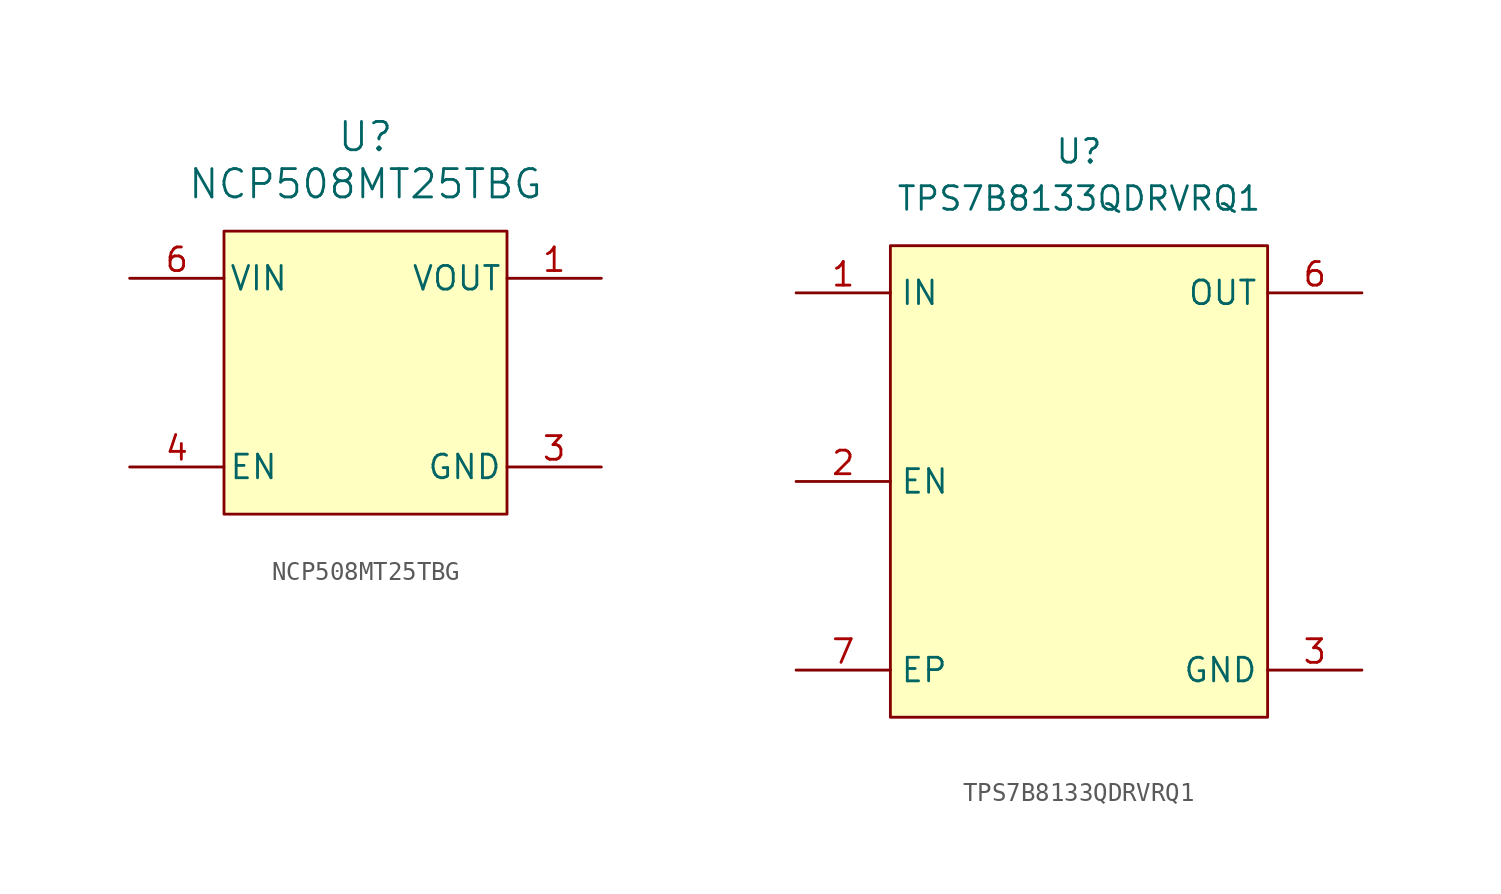
<source format=kicad_sym>
(kicad_symbol_lib
  (version 20241209)
  (generator "kicad_symbol_editor")
  (generator_version "9.0")
  (symbol "NCP508MT25TBG"
    (pin_names
      (offset 0.254))
    (property "Reference" "U"
      (at 0 5.08 0)
      (effects (font (size 1.524 1.524))))
    (property "Value" "NCP508MT25TBG"
      (at 0 2.54 0)
      (effects (font (size 1.524 1.524))))
    (symbol "NCP508MT25TBG_1_1"
      (rectangle (start -7.62 0) (end 7.62 -15.24) (stroke (width 0) (type default)) (fill (type background)))
      (pin input line (at -12.7 -2.54 0) (length 5.08) (name "VIN" (effects (font (size 1.27 1.27)))) (number "6" (effects (font (size 1.27 1.27)))))
      (pin input line (at -12.7 -12.7 0) (length 5.08) (name "EN" (effects (font (size 1.27 1.27)))) (number "4" (effects (font (size 1.27 1.27)))))
      (pin output line (at 12.7 -2.54 180) (length 5.08) (name "VOUT" (effects (font (size 1.27 1.27)))) (number "1" (effects (font (size 1.27 1.27)))))
      (pin no_connect line (at 12.7 -7.62 180) (length 5.08) (hide yes) (name "NC" (effects (font (size 1.27 1.27)))) (number "5" (effects (font (size 1.27 1.27)))))
      (pin no_connect line (at 12.7 -10.16 180) (length 5.08) (hide yes) (name "NC" (effects (font (size 1.27 1.27)))) (number "2" (effects (font (size 1.27 1.27)))))
      (pin power_in line (at 12.7 -12.7 180) (length 5.08) (name "GND" (effects (font (size 1.27 1.27)))) (number "3" (effects (font (size 1.27 1.27)))))))
  (symbol "TPS7B8133QDRVRQ1"
    (property "Reference" "U"
      (at 0 5.08 0)
      (effects (font (size 1.27 1.27))))
    (property "Value" "TPS7B8133QDRVRQ1"
      (at 0 2.54 0)
      (effects (font (size 1.27 1.27))))
    (symbol "TPS7B8133QDRVRQ1_1_1"
      (rectangle (start -10.16 0) (end 10.16 -25.4) (stroke (width 0) (type solid)) (fill (type background)))
      (pin power_in line (at -15.24 -2.54 0) (length 5.08) (name "IN" (effects (font (size 1.27 1.27)))) (number "1" (effects (font (size 1.27 1.27)))))
      (pin input line (at -15.24 -12.7 0) (length 5.08) (name "EN" (effects (font (size 1.27 1.27)))) (number "2" (effects (font (size 1.27 1.27)))))
      (pin passive line (at -15.24 -22.86 0) (length 5.08) (name "EP" (effects (font (size 1.27 1.27)))) (number "7" (effects (font (size 1.27 1.27)))))
      (pin power_out line (at 15.24 -2.54 180) (length 5.08) (name "OUT" (effects (font (size 1.27 1.27)))) (number "6" (effects (font (size 1.27 1.27)))))
      (pin no_connect line (at 15.24 -15.24 180) (length 5.08) (hide yes) (name "DNC" (effects (font (size 1.27 1.27)))) (number "5" (effects (font (size 1.27 1.27)))))
      (pin passive line (at 15.24 -22.86 180) (length 5.08) (name "GND" (effects (font (size 1.27 1.27)))) (number "3" (effects (font (size 1.27 1.27)))))
      (pin passive line (at 15.24 -22.86 180) (length 5.08) (hide yes) (name "GND" (effects (font (size 1.27 1.27)))) (number "4" (effects (font (size 1.27 1.27))))))))
</source>
